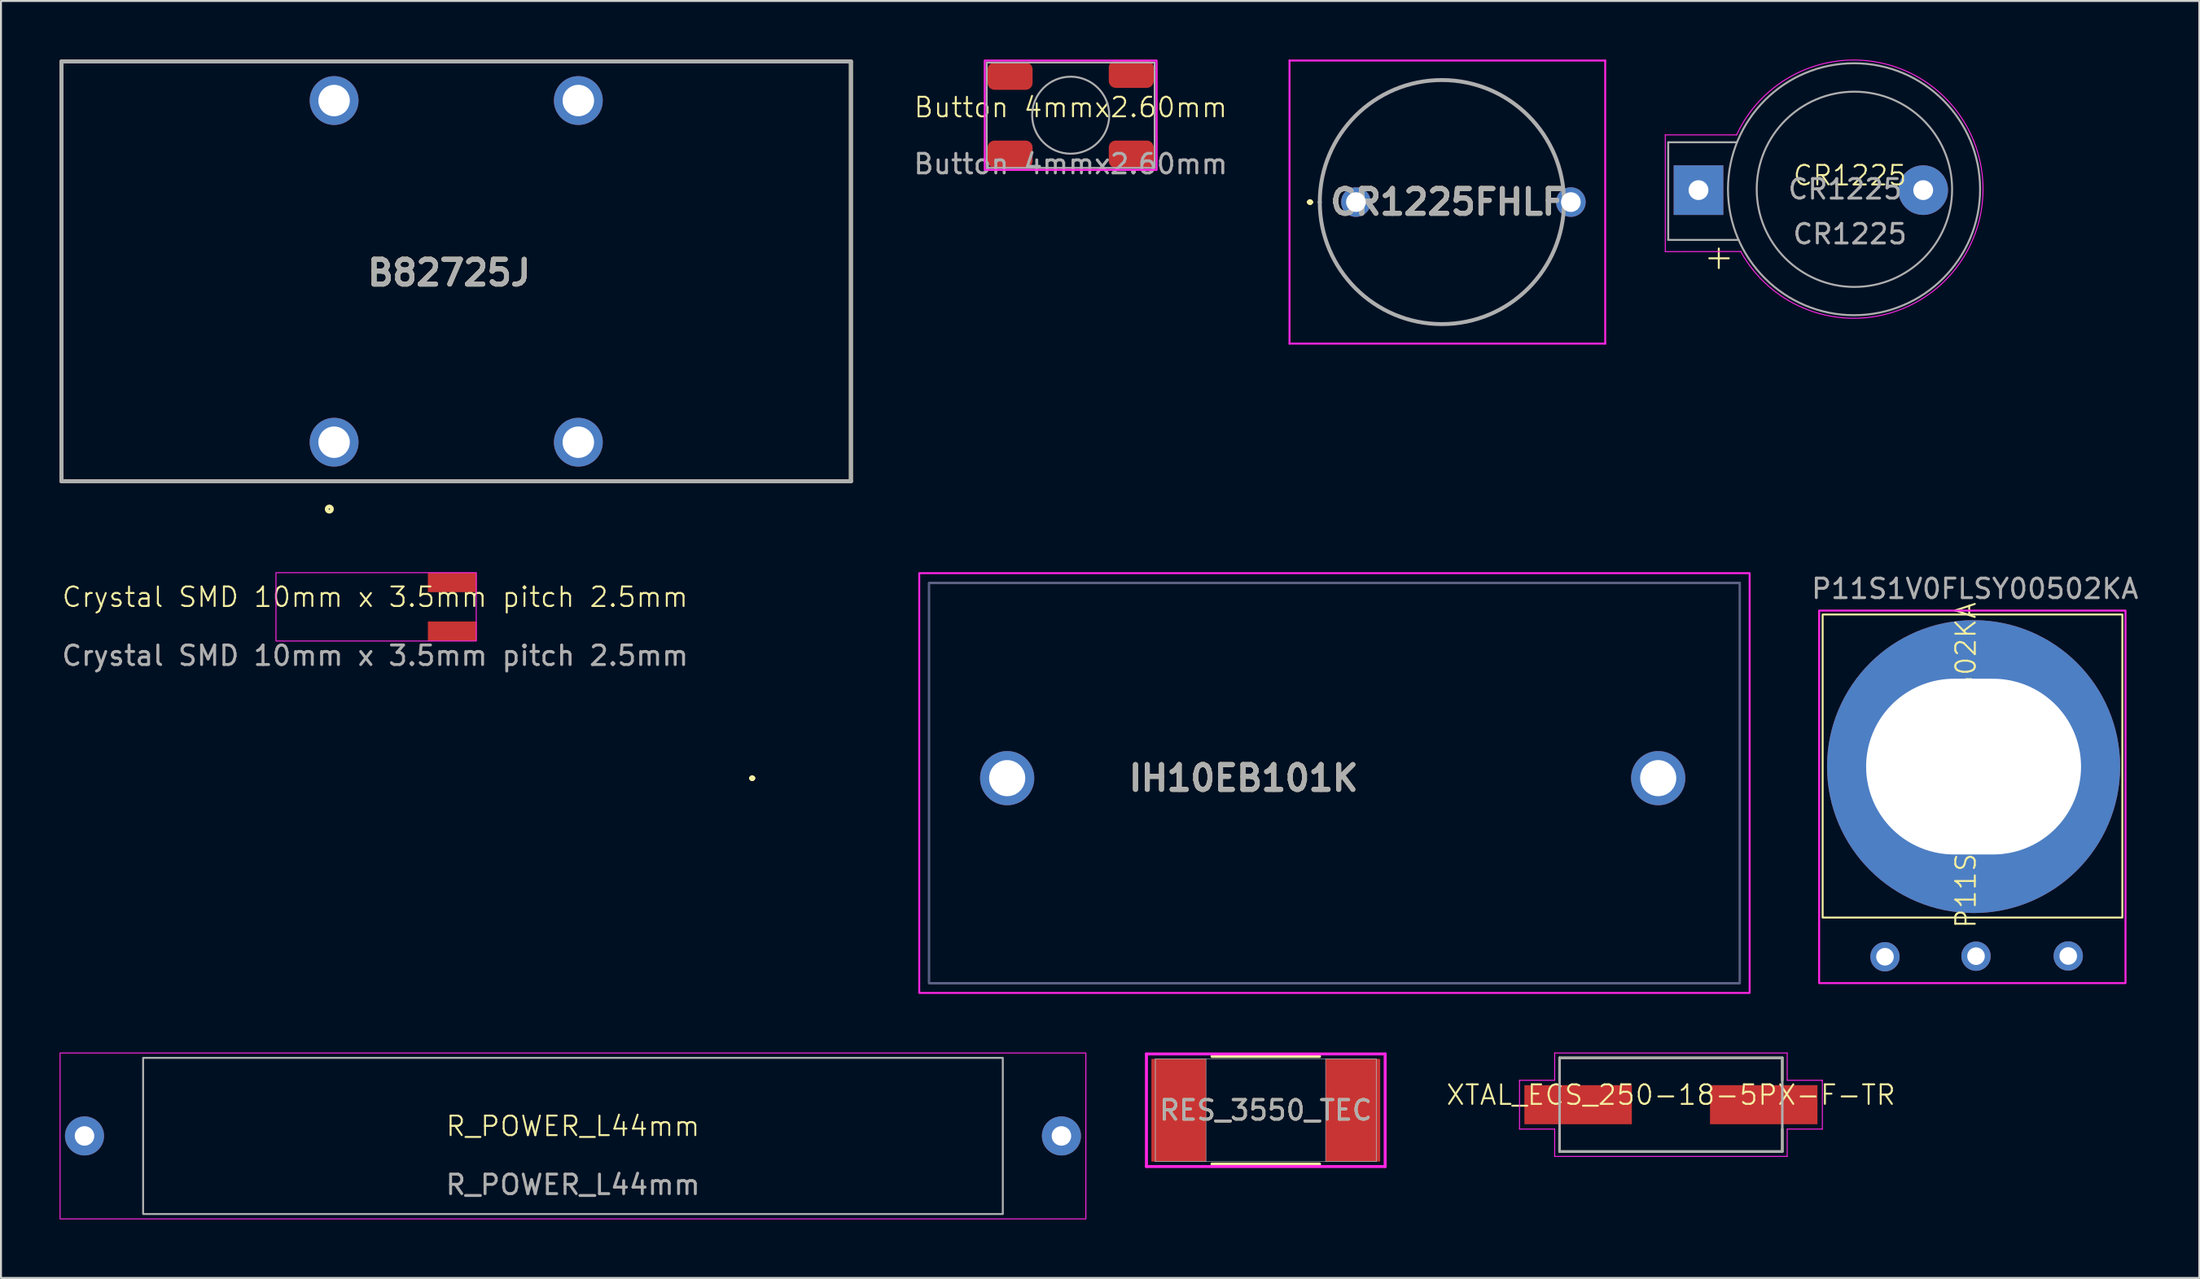
<source format=kicad_pcb>
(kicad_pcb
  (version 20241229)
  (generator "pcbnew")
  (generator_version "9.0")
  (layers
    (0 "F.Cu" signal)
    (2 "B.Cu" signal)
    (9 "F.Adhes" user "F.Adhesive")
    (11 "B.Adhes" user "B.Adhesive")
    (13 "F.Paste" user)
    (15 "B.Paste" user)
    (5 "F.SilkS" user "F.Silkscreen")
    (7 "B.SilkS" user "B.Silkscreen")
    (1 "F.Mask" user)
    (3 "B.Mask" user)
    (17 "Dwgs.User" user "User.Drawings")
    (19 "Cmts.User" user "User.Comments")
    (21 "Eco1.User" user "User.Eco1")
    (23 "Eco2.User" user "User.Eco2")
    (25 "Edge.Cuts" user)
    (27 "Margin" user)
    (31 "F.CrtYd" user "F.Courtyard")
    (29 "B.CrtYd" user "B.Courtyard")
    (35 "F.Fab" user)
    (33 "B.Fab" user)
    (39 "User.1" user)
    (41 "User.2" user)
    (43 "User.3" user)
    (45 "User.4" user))
  (footprint "CR1225FHLF"
    (layer "F.Cu")
    (at 66.348 7.3)
    (property "Reference" "CR1225FHLF" (at 4.679 0 0) (layer "F.SilkS") (effects (font (size 1.27 1.27) (thickness 0.254))))
    (attr through_hole)
    (fp_line (start -2.4 0) (end -2.4 0) (stroke (width 0.2) (type solid)) (layer "F.SilkS"))
    (fp_line (start -2.4 0) (end -2.4 0) (stroke (width 0.2) (type solid)) (layer "F.SilkS"))
    (fp_line (start -2.3 0) (end -2.3 0) (stroke (width 0.2) (type solid)) (layer "F.SilkS"))
    (fp_arc (start -2.4 0) (mid -2.35 -0.05) (end -2.3 0) (stroke (width 0.2) (type solid)) (layer "F.SilkS"))
    (fp_arc (start -2.3 0) (mid -2.35 0.05) (end -2.4 0) (stroke (width 0.2) (type solid)) (layer "F.SilkS"))
    (fp_arc (start -2.3 0) (mid -2.35 0.05) (end -2.4 0) (stroke (width 0.2) (type solid)) (layer "F.SilkS"))
    (fp_line (start -3.4 -7.25) (end 12.758 -7.25) (stroke (width 0.1) (type solid)) (layer "F.CrtYd"))
    (fp_line (start -3.4 7.25) (end -3.4 -7.25) (stroke (width 0.1) (type solid)) (layer "F.CrtYd"))
    (fp_line (start 12.758 -7.25) (end 12.758 7.25) (stroke (width 0.1) (type solid)) (layer "F.CrtYd"))
    (fp_line (start 12.758 7.25) (end -3.4 7.25) (stroke (width 0.1) (type solid)) (layer "F.CrtYd"))
    (fp_line (start -1.85 0) (end -1.85 0) (stroke (width 0.2) (type solid)) (layer "F.Fab"))
    (fp_line (start 10.65 0) (end 10.65 0) (stroke (width 0.2) (type solid)) (layer "F.Fab"))
    (fp_arc (start -1.85 0) (mid 4.4 -6.25) (end 10.65 0) (stroke (width 0.2) (type solid)) (layer "F.Fab"))
    (fp_arc (start 10.65 0) (mid 4.4 6.25) (end -1.85 0) (stroke (width 0.2) (type solid)) (layer "F.Fab"))
    (fp_text user "${REFERENCE}" (at 4.679 0 0) (layer "F.Fab") (effects (font (size 1.27 1.27) (thickness 0.254))))
    (pad "1" thru_hole circle (at 0 0) (size 1.515 1.515) (drill 1.01) (layers "*.Cu" "*.Mask"))
    (pad "2" thru_hole circle (at 11 0) (size 1.515 1.515) (drill 1.01) (layers "*.Cu" "*.Mask")))
  (footprint "Crystal SMD 10mm x 3.5mm pitch 2.5mm"
    (layer "F.Cu")
    (at 16.149 28.031)
    (property "Reference" "Crystal SMD 10mm x 3.5mm pitch 2.5mm" (at 0 -0.5 0) (unlocked yes) (layer "F.SilkS") (effects (font (size 1 1) (thickness 0.1))))
    (attr through_hole)
    (fp_rect (start -5.075 -1.75) (end 5.175 1.75) (stroke (width 0.05) (type default)) (fill no) (layer "F.CrtYd"))
    (fp_text user "${REFERENCE}" (at 0 2.5 0) (unlocked yes) (layer "F.Fab") (effects (font (size 1 1) (thickness 0.15))))
    (pad "1" smd rect (at 3.95 -1.25 90) (size 1 2.5) (layers "F.Cu" "F.Mask" "F.Paste"))
    (pad "1" smd rect (at 3.95 1.25 90) (size 1 2.5) (layers "F.Cu" "F.Mask" "F.Paste")))
  (footprint "Button 4mmx2.60mm"
    (layer "F.Cu")
    (at 51.749 2.85)
    (property "Reference" "Button 4mmx2.60mm" (at 0 -0.4 0) (unlocked yes) (layer "F.SilkS") (effects (font (size 1 1) (thickness 0.1))))
    (attr smd)
    (fp_rect (start -4.4 -2.8) (end 4.4 2.8) (stroke (width 0.1) (type default)) (fill no) (layer "F.CrtYd"))
    (fp_rect (start -4.3 -2.7) (end 4.3 2.7) (stroke (width 0.1) (type default)) (fill no) (layer "F.Fab"))
    (fp_circle (center 0 0) (end -1 -1.7) (stroke (width 0.1) (type default)) (fill no) (layer "F.Fab"))
    (fp_text user "${REFERENCE}" (at 0 2.5 0) (unlocked yes) (layer "F.Fab") (effects (font (size 1 1) (thickness 0.15))))
    (pad "1" smd roundrect (at -3.1 -2) (size 2.3 1.4) (layers "F.Cu" "F.Mask" "F.Paste") (roundrect_rratio 0.25))
    (pad "2" smd roundrect (at 3.1 -2.1) (size 2.3 1.4) (layers "F.Cu" "F.Mask" "F.Paste") (roundrect_rratio 0.25))
    (pad "3" smd roundrect (at -3.1 2) (size 2.3 1.4) (layers "F.Cu" "F.Mask" "F.Paste") (roundrect_rratio 0.25))
    (pad "4" smd roundrect (at 3.1 2) (size 2.3 1.4) (layers "F.Cu" "F.Mask" "F.Paste") (roundrect_rratio 0.25)))
  (footprint "P11S1V0FLSY00502KA"
    (layer "F.Cu")
    (at 97.91 36.664)
    (property "Reference" "P11S1V0FLSY00502KA" (at -0.345 -0.52 90) (unlocked yes) (layer "F.SilkS") (effects (font (size 1 1) (thickness 0.1))))
    (attr through_hole)
    (fp_rect (start -7.675 -8.24) (end 7.665 7.28) (stroke (width 0.1) (type default)) (fill no) (layer "F.SilkS"))
    (fp_rect (start -7.855 -8.44) (end 7.825 10.64) (stroke (width 0.1) (type default)) (fill no) (layer "F.CrtYd"))
    (fp_text user "${REFERENCE}" (at 0.12 -9.56 0) (unlocked yes) (layer "F.Fab") (effects (font (size 1 1) (thickness 0.15))))
    (pad "" np_thru_hole oval (at 0.05 -0.45 180) (size 15 15) (drill oval 11 9) (layers "*.Cu" "*.Mask"))
    (pad "1" thru_hole circle (at -4.485 9.29 180) (size 1.5 1.5) (drill 0.9) (layers "*.Cu" "*.Mask"))
    (pad "2" thru_hole circle (at 0.175 9.26 180) (size 1.5 1.5) (drill 0.9) (layers "*.Cu" "*.Mask"))
    (pad "3" thru_hole circle (at 4.895 9.25 180) (size 1.5 1.5) (drill 0.9) (layers "*.Cu" "*.Mask")))
  (footprint "RES_3550_TEC"
    (layer "F.Cu")
    (at 61.735 53.815)
    (property "Reference" "RES_3550_TEC" (at 0 0 0) (unlocked yes) (layer "F.SilkS") (effects (font (size 1 1) (thickness 0.15))))
    (attr smd)
    (fp_line (start -2.753 2.756) (end 2.753 2.756) (stroke (width 0.152) (type solid)) (layer "F.SilkS"))
    (fp_line (start 2.753 -2.756) (end -2.753 -2.756) (stroke (width 0.152) (type solid)) (layer "F.SilkS"))
    (fp_line (start -6.109 -2.883) (end 6.109 -2.883) (stroke (width 0.152) (type solid)) (layer "F.CrtYd"))
    (fp_line (start -6.109 2.883) (end -6.109 -2.883) (stroke (width 0.152) (type solid)) (layer "F.CrtYd"))
    (fp_line (start 6.109 -2.883) (end 6.109 2.883) (stroke (width 0.152) (type solid)) (layer "F.CrtYd"))
    (fp_line (start 6.109 2.883) (end -6.109 2.883) (stroke (width 0.152) (type solid)) (layer "F.CrtYd"))
    (fp_line (start -5.652 -2.629) (end -5.652 2.629) (stroke (width 0.025) (type solid)) (layer "F.Fab"))
    (fp_line (start -5.652 -2.629) (end -5.652 2.629) (stroke (width 0.025) (type solid)) (layer "F.Fab"))
    (fp_line (start -5.652 2.629) (end -3.061 2.629) (stroke (width 0.025) (type solid)) (layer "F.Fab"))
    (fp_line (start -5.652 2.629) (end 5.652 2.629) (stroke (width 0.025) (type solid)) (layer "F.Fab"))
    (fp_line (start -3.061 -2.629) (end -5.652 -2.629) (stroke (width 0.025) (type solid)) (layer "F.Fab"))
    (fp_line (start -3.061 2.629) (end -3.061 -2.629) (stroke (width 0.025) (type solid)) (layer "F.Fab"))
    (fp_line (start 3.061 -2.629) (end 3.061 2.629) (stroke (width 0.025) (type solid)) (layer "F.Fab"))
    (fp_line (start 3.061 2.629) (end 5.652 2.629) (stroke (width 0.025) (type solid)) (layer "F.Fab"))
    (fp_line (start 5.652 -2.629) (end -5.652 -2.629) (stroke (width 0.025) (type solid)) (layer "F.Fab"))
    (fp_line (start 5.652 -2.629) (end 3.061 -2.629) (stroke (width 0.025) (type solid)) (layer "F.Fab"))
    (fp_line (start 5.652 2.629) (end 5.652 -2.629) (stroke (width 0.025) (type solid)) (layer "F.Fab"))
    (fp_line (start 5.652 2.629) (end 5.652 -2.629) (stroke (width 0.025) (type solid)) (layer "F.Fab"))
    (fp_text user "${REFERENCE}" (at 0 0 0) (unlocked yes) (layer "F.Fab") (effects (font (size 1 1) (thickness 0.15))))
    (pad "1" smd rect (at -4.458 0) (size 2.794 5.258) (layers "F.Cu" "F.Mask" "F.Paste"))
    (pad "2" smd rect (at 4.458 0) (size 2.794 5.258) (layers "F.Cu" "F.Mask" "F.Paste"))
    (zone (net_name "") (layer "F.Cu") (hatch full 0.508) (connect_pads) (min_thickness 0.254) (filled_areas_thickness no) (keepout (tracks not_allowed) (vias not_allowed) (pads allowed) (copperpour not_allowed) (footprints allowed)) (placement (enabled no)) (fill) (polygon (pts (xy 58.725 51.237) (xy 64.745 51.237) (xy 64.745 56.393) (xy 58.725 56.393)))))
  (footprint "CR1225"
    (layer "F.Cu")
    (at 91.631 6.688)
    (property "Reference" "CR1225" (at 0 -0.75 0) (unlocked yes) (layer "F.SilkS") (effects (font (size 1 1) (thickness 0.1))))
    (attr through_hole)
    (fp_line (start -7.2 3.492) (end -6.2 3.492) (stroke (width 0.1) (type default)) (layer "F.SilkS"))
    (fp_line (start -6.712 2.992) (end -6.712 3.992) (stroke (width 0.1) (type default)) (layer "F.SilkS"))
    (fp_line (start -9.45 -2.83) (end -5.8 -2.83) (stroke (width 0.05) (type solid)) (layer "F.CrtYd"))
    (fp_line (start -9.45 3.15) (end -9.45 -2.83) (stroke (width 0.05) (type solid)) (layer "F.CrtYd"))
    (fp_line (start -9.45 3.15) (end -5.59 3.144) (stroke (width 0.05) (type solid)) (layer "F.CrtYd"))
    (fp_arc (start -5.8 -2.83) (mid 6.808663 -0.282322) (end -5.589972 3.144467) (stroke (width 0.05) (type default)) (layer "F.CrtYd"))
    (fp_line (start -9.3 -2.45) (end -5.8 -2.45) (stroke (width 0.1) (type solid)) (layer "F.Fab"))
    (fp_line (start -9.3 2.55) (end -9.3 -2.45) (stroke (width 0.1) (type solid)) (layer "F.Fab"))
    (fp_line (start -9.3 2.55) (end -5.7 2.55) (stroke (width 0.1) (type solid)) (layer "F.Fab"))
    (fp_circle (center 0.211 -0.046) (end 6.663 -0.046) (stroke (width 0.1) (type default)) (fill no) (layer "F.Fab"))
    (fp_circle (center 0.23 -0.042) (end 5.23 -0.042) (stroke (width 0.1) (type default)) (fill no) (layer "F.Fab"))
    (fp_text user "${REFERENCE}" (at 0 2.25 0) (unlocked yes) (layer "F.Fab") (effects (font (size 1 1) (thickness 0.15))))
    (fp_text user "${REFERENCE}" (at -0.246 -0.046 0) (layer "F.Fab") (effects (font (size 1 1) (thickness 0.15))))
    (pad "1" thru_hole rect (at -7.75 0) (size 2.54 2.54) (drill 1.016) (layers "*.Cu" "*.Mask"))
    (pad "2" thru_hole circle (at 3.75 0) (size 2.54 2.54) (drill 1.016) (layers "*.Cu" "*.Mask")))
  (footprint "IH10EB101K"
    (layer "F.Cu")
    (at 48.498 36.806)
    (property "Reference" "IH10EB101K" (at 12.1 0 0) (layer "F.SilkS") (effects (font (size 1.27 1.27) (thickness 0.254))))
    (attr through_hole)
    (fp_line (start -13.1 0) (end -13.1 0) (stroke (width 0.2) (type solid)) (layer "F.SilkS"))
    (fp_line (start -13.1 0) (end -13.1 0) (stroke (width 0.2) (type solid)) (layer "F.SilkS"))
    (fp_line (start -13 0) (end -13 0) (stroke (width 0.2) (type solid)) (layer "F.SilkS"))
    (fp_arc (start -13.1 0) (mid -13.05 -0.05) (end -13 0) (stroke (width 0.2) (type solid)) (layer "F.SilkS"))
    (fp_arc (start -13 0) (mid -13.05 0.05) (end -13.1 0) (stroke (width 0.2) (type solid)) (layer "F.SilkS"))
    (fp_arc (start -13 0) (mid -13.05 0.05) (end -13.1 0) (stroke (width 0.2) (type solid)) (layer "F.SilkS"))
    (fp_rect (start -4.5 -10.5) (end 38 11) (stroke (width 0.1) (type default)) (fill no) (layer "F.CrtYd"))
    (fp_rect (start -4 -10) (end 37.5 10.5) (stroke (width 0.1) (type default)) (fill no) (layer "B.Fab"))
    (fp_rect (start -4 -10) (end 37.5 10.5) (stroke (width 0.1) (type default)) (fill no) (layer "F.Fab"))
    (fp_text user "${REFERENCE}" (at 12.1 0 0) (layer "F.Fab") (effects (font (size 1.27 1.27) (thickness 0.254))))
    (pad "1" thru_hole circle (at 0 0) (size 2.775 2.775) (drill 1.85) (layers "*.Cu" "*.Mask"))
    (pad "2" thru_hole circle (at 33.32 0) (size 2.775 2.775) (drill 1.85) (layers "*.Cu" "*.Mask")))
  (footprint "XTAL_ECS_250-18-5PX-F-TR"
    (layer "F.Cu")
    (at 82.47 53.531)
    (property "Reference" "XTAL_ECS_250-18-5PX-F-TR" (at 0 -0.5 0) (unlocked yes) (layer "F.SilkS") (effects (font (size 1 1) (thickness 0.1))))
    (attr smd)
    (fp_line (start -5.7 2.4) (end -5.7 1.254) (stroke (width 0.127) (type solid)) (layer "F.SilkS"))
    (fp_line (start -5.7 -2.4) (end 5.7 -2.4) (stroke (width 0.127) (type solid)) (layer "F.SilkS"))
    (fp_line (start -5.7 -1.254) (end -5.7 -2.4) (stroke (width 0.127) (type solid)) (layer "F.SilkS"))
    (fp_line (start 5.7 1.254) (end 5.7 2.4) (stroke (width 0.127) (type solid)) (layer "F.SilkS"))
    (fp_line (start 5.7 2.4) (end -5.7 2.4) (stroke (width 0.127) (type solid)) (layer "F.SilkS"))
    (fp_line (start 5.7 -2.4) (end 5.7 -1.254) (stroke (width 0.127) (type solid)) (layer "F.SilkS"))
    (fp_line (start -7.75 1.25) (end -7.75 -1.25) (stroke (width 0.05) (type solid)) (layer "F.CrtYd"))
    (fp_line (start -7.75 -1.25) (end -5.95 -1.25) (stroke (width 0.05) (type solid)) (layer "F.CrtYd"))
    (fp_line (start -5.95 -2.65) (end 5.95 -2.65) (stroke (width 0.05) (type solid)) (layer "F.CrtYd"))
    (fp_line (start -5.95 2.65) (end -5.95 1.25) (stroke (width 0.05) (type solid)) (layer "F.CrtYd"))
    (fp_line (start -5.95 -1.25) (end -5.95 -2.65) (stroke (width 0.05) (type solid)) (layer "F.CrtYd"))
    (fp_line (start -5.95 1.25) (end -7.75 1.25) (stroke (width 0.05) (type solid)) (layer "F.CrtYd"))
    (fp_line (start 5.95 -1.25) (end 7.75 -1.25) (stroke (width 0.05) (type solid)) (layer "F.CrtYd"))
    (fp_line (start 5.95 1.25) (end 5.95 2.65) (stroke (width 0.05) (type solid)) (layer "F.CrtYd"))
    (fp_line (start 5.95 -2.65) (end 5.95 -1.25) (stroke (width 0.05) (type solid)) (layer "F.CrtYd"))
    (fp_line (start 5.95 2.65) (end -5.95 2.65) (stroke (width 0.05) (type solid)) (layer "F.CrtYd"))
    (fp_line (start 7.75 1.25) (end 5.95 1.25) (stroke (width 0.05) (type solid)) (layer "F.CrtYd"))
    (fp_line (start 7.75 -1.25) (end 7.75 1.25) (stroke (width 0.05) (type solid)) (layer "F.CrtYd"))
    (fp_line (start -5.7 2.4) (end 5.7 2.4) (stroke (width 0.127) (type solid)) (layer "F.Fab"))
    (fp_line (start -5.7 -2.4) (end -5.7 2.4) (stroke (width 0.127) (type solid)) (layer "F.Fab"))
    (fp_line (start 5.7 2.4) (end 5.7 -2.4) (stroke (width 0.127) (type solid)) (layer "F.Fab"))
    (fp_line (start 5.7 -2.4) (end -5.7 -2.4) (stroke (width 0.127) (type solid)) (layer "F.Fab"))
    (pad "1" smd rect (at -4.75 0.000001) (size 5.5 2) (layers "F.Cu" "F.Mask" "F.Paste"))
    (pad "2" smd rect (at 4.75 -0.000001) (size 5.5 2) (layers "F.Cu" "F.Mask" "F.Paste")))
  (footprint "B82725J"
    (layer "F.Cu")
    (at 20.3 10.85)
    (property "Reference" "B82725J" (at -0.363 0.075 0) (layer "F.SilkS") (effects (font (size 1.27 1.27) (thickness 0.254))))
    (attr through_hole)
    (fp_line (start -20.2 -10.75) (end 20.2 -10.75) (stroke (width 0.2) (type solid)) (layer "F.SilkS"))
    (fp_line (start -20.2 10.75) (end -20.2 -10.75) (stroke (width 0.2) (type solid)) (layer "F.SilkS"))
    (fp_line (start 20.2 -10.75) (end 20.2 10.75) (stroke (width 0.2) (type solid)) (layer "F.SilkS"))
    (fp_line (start 20.2 10.75) (end -20.2 10.75) (stroke (width 0.2) (type solid)) (layer "F.SilkS"))
    (fp_circle (center -6.495 12.174) (end -6.495 12.306) (stroke (width 0.2) (type solid)) (fill no) (layer "F.SilkS"))
    (fp_line (start -20.2 -10.75) (end 20.2 -10.75) (stroke (width 0.2) (type solid)) (layer "F.Fab"))
    (fp_line (start -20.2 10.75) (end -20.2 -10.75) (stroke (width 0.2) (type solid)) (layer "F.Fab"))
    (fp_line (start 20.2 -10.75) (end 20.2 10.75) (stroke (width 0.2) (type solid)) (layer "F.Fab"))
    (fp_line (start 20.2 10.75) (end -20.2 10.75) (stroke (width 0.2) (type solid)) (layer "F.Fab"))
    (fp_text user "${REFERENCE}" (at -0.363 0.075 0) (layer "F.Fab") (effects (font (size 1.27 1.27) (thickness 0.254))))
    (pad "1" thru_hole circle (at -6.25 8.75) (size 2.5 2.5) (drill 1.61) (layers "*.Cu" "*.Mask"))
    (pad "2" thru_hole circle (at 6.25 8.75) (size 2.5 2.5) (drill 1.61) (layers "*.Cu" "*.Mask"))
    (pad "3" thru_hole circle (at 6.25 -8.75) (size 2.5 2.5) (drill 1.61) (layers "*.Cu" "*.Mask"))
    (pad "4" thru_hole circle (at -6.25 -8.75) (size 2.5 2.5) (drill 1.61) (layers "*.Cu" "*.Mask")))
  (footprint "R_POWER_L44mm"
    (layer "F.Cu")
    (at 26.275 55.131)
    (property "Reference" "R_POWER_L44mm" (at 0 -0.5 0) (unlocked yes) (layer "F.SilkS") (effects (font (size 1 1) (thickness 0.1))))
    (attr through_hole)
    (fp_rect (start -26.25 -4.25) (end 26.25 4.25) (stroke (width 0.05) (type default)) (fill no) (layer "F.CrtYd"))
    (fp_rect (start -22 -4) (end 22 4) (stroke (width 0.1) (type default)) (fill no) (layer "F.Fab"))
    (fp_text user "${REFERENCE}" (at 0 2.5 0) (unlocked yes) (layer "F.Fab") (effects (font (size 1 1) (thickness 0.15))))
    (pad "1" thru_hole circle (at -25 0) (size 2 2) (drill 1) (layers "*.Cu" "*.Mask"))
    (pad "2" thru_hole circle (at 25 0) (size 2 2) (drill 1) (layers "*.Cu" "*.Mask")))
  (gr_rect
    (start -3 -3)
    (end 109.512 62.406)
    (stroke (width 0.1) (type default))
    (fill no)
    (layer "Edge.Cuts")))
</source>
